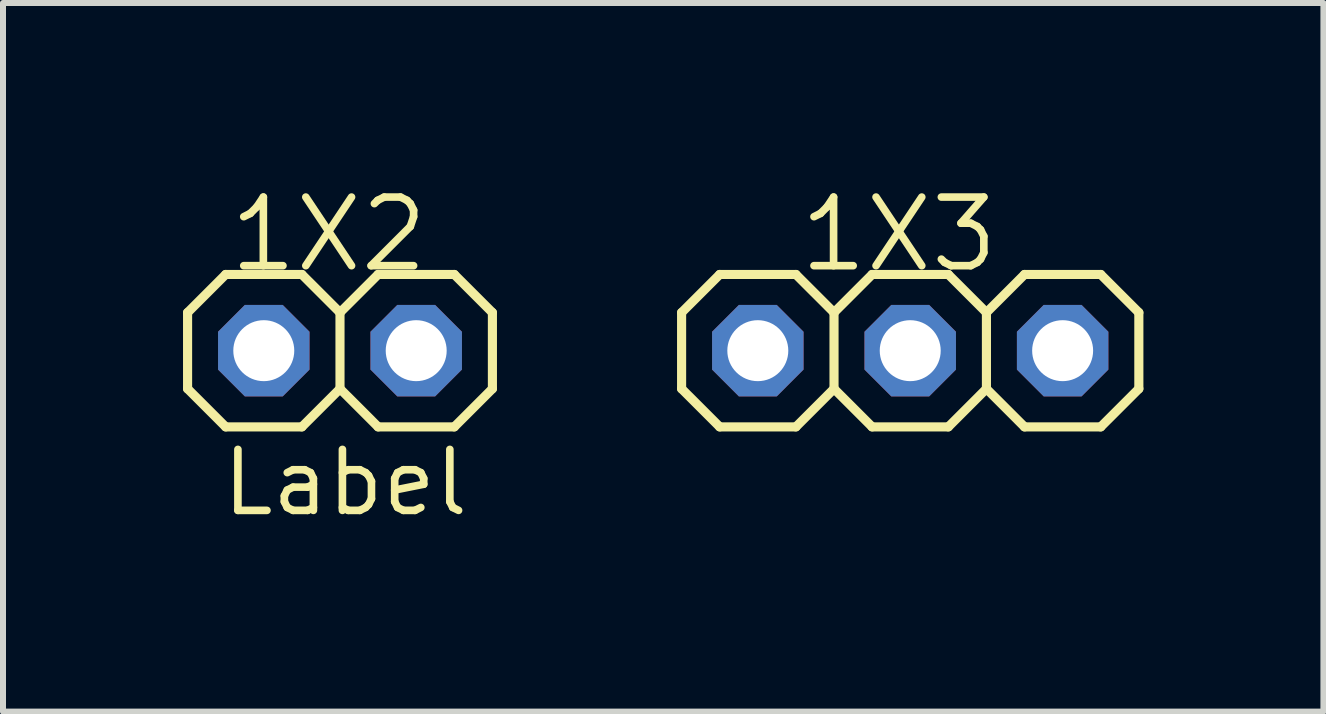
<source format=kicad_pcb>
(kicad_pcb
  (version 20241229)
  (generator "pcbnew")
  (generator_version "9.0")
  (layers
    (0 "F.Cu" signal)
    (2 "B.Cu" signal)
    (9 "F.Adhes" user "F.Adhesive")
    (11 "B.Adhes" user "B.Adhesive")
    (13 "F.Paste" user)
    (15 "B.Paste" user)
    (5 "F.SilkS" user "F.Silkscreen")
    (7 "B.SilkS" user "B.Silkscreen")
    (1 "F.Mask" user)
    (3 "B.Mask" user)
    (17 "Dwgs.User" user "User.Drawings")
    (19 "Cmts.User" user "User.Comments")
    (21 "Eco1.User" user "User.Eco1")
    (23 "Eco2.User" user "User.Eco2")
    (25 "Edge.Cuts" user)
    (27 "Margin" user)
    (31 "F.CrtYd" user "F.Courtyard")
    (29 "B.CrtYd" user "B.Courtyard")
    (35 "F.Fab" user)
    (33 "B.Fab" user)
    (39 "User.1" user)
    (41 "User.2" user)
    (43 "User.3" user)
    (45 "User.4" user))
  (footprint "1X3"
    (layer "F.Cu")
    (at 12.119 2.794)
    (property "Reference" "1X3" (at -1.905 -1.27 0) (layer "F.SilkS") (effects (font (size 1.143 1.143) (thickness 0.127)) (justify left bottom)))
    (attr through_hole)
    (fp_line (start -3.81 -0.635) (end -3.81 0.635) (stroke (width 0.152) (type solid)) (layer "F.SilkS"))
    (fp_line (start -3.81 0.635) (end -3.175 1.27) (stroke (width 0.152) (type solid)) (layer "F.SilkS"))
    (fp_line (start -3.175 -1.27) (end -3.81 -0.635) (stroke (width 0.152) (type solid)) (layer "F.SilkS"))
    (fp_line (start -3.175 -1.27) (end -1.905 -1.27) (stroke (width 0.152) (type solid)) (layer "F.SilkS"))
    (fp_line (start -1.905 -1.27) (end -1.27 -0.635) (stroke (width 0.152) (type solid)) (layer "F.SilkS"))
    (fp_line (start -1.905 1.27) (end -3.175 1.27) (stroke (width 0.152) (type solid)) (layer "F.SilkS"))
    (fp_line (start -1.27 -0.635) (end -1.27 0.635) (stroke (width 0.152) (type solid)) (layer "F.SilkS"))
    (fp_line (start -1.27 -0.635) (end -0.635 -1.27) (stroke (width 0.152) (type solid)) (layer "F.SilkS"))
    (fp_line (start -1.27 0.635) (end -1.905 1.27) (stroke (width 0.152) (type solid)) (layer "F.SilkS"))
    (fp_line (start -0.635 -1.27) (end 0.635 -1.27) (stroke (width 0.152) (type solid)) (layer "F.SilkS"))
    (fp_line (start -0.635 1.27) (end -1.27 0.635) (stroke (width 0.152) (type solid)) (layer "F.SilkS"))
    (fp_line (start 0.635 -1.27) (end 1.27 -0.635) (stroke (width 0.152) (type solid)) (layer "F.SilkS"))
    (fp_line (start 0.635 1.27) (end -0.635 1.27) (stroke (width 0.152) (type solid)) (layer "F.SilkS"))
    (fp_line (start 1.27 -0.635) (end 1.27 0.635) (stroke (width 0.152) (type solid)) (layer "F.SilkS"))
    (fp_line (start 1.27 -0.635) (end 1.905 -1.27) (stroke (width 0.152) (type solid)) (layer "F.SilkS"))
    (fp_line (start 1.27 0.635) (end 0.635 1.27) (stroke (width 0.152) (type solid)) (layer "F.SilkS"))
    (fp_line (start 1.905 -1.27) (end 3.175 -1.27) (stroke (width 0.152) (type solid)) (layer "F.SilkS"))
    (fp_line (start 1.905 1.27) (end 1.27 0.635) (stroke (width 0.152) (type solid)) (layer "F.SilkS"))
    (fp_line (start 3.175 -1.27) (end 3.81 -0.635) (stroke (width 0.152) (type solid)) (layer "F.SilkS"))
    (fp_line (start 3.175 1.27) (end 1.905 1.27) (stroke (width 0.152) (type solid)) (layer "F.SilkS"))
    (fp_line (start 3.81 -0.635) (end 3.81 0.635) (stroke (width 0.152) (type solid)) (layer "F.SilkS"))
    (fp_line (start 3.81 0.635) (end 3.175 1.27) (stroke (width 0.152) (type solid)) (layer "F.SilkS"))
    (fp_poly (pts (xy -2.794 0.254) (xy -2.286 0.254) (xy -2.286 -0.254) (xy -2.794 -0.254)) (stroke (width 0.1) (type default)) (fill no) (layer "F.Fab"))
    (fp_poly (pts (xy -0.254 0.254) (xy 0.254 0.254) (xy 0.254 -0.254) (xy -0.254 -0.254)) (stroke (width 0.1) (type default)) (fill no) (layer "F.Fab"))
    (fp_poly (pts (xy 2.286 0.254) (xy 2.794 0.254) (xy 2.794 -0.254) (xy 2.286 -0.254)) (stroke (width 0.1) (type default)) (fill no) (layer "F.Fab"))
    (pad "1" thru_hole roundrect (at -2.54 0 90) (size 1.524 1.524) (drill 1.016) (layers "*.Cu" "*.Mask") (roundrect_rratio 0.25) (chamfer_ratio 0.293) (chamfer top_left top_right bottom_left bottom_right))
    (pad "2" thru_hole roundrect (at 0 0 90) (size 1.524 1.524) (drill 1.016) (layers "*.Cu" "*.Mask") (roundrect_rratio 0.25) (chamfer_ratio 0.293) (chamfer top_left top_right bottom_left bottom_right))
    (pad "3" thru_hole roundrect (at 2.54 0 90) (size 1.524 1.524) (drill 1.016) (layers "*.Cu" "*.Mask") (roundrect_rratio 0.25) (chamfer_ratio 0.293) (chamfer top_left top_right bottom_left bottom_right)))
  (footprint "1X2"
    (layer "F.Cu")
    (at 3.886 2.794)
    (property "Reference" "1X2" (at -3.175 -1.27 0) (layer "F.SilkS") (effects (font (size 1.143 1.143) (thickness 0.127)) (justify left bottom)))
    (attr through_hole)
    (fp_line (start -3.81 -0.635) (end -3.81 0.635) (stroke (width 0.152) (type solid)) (layer "F.SilkS"))
    (fp_line (start -3.81 0.635) (end -3.175 1.27) (stroke (width 0.152) (type solid)) (layer "F.SilkS"))
    (fp_line (start -3.175 -1.27) (end -3.81 -0.635) (stroke (width 0.152) (type solid)) (layer "F.SilkS"))
    (fp_line (start -3.175 -1.27) (end -1.905 -1.27) (stroke (width 0.152) (type solid)) (layer "F.SilkS"))
    (fp_line (start -1.905 -1.27) (end -1.27 -0.635) (stroke (width 0.152) (type solid)) (layer "F.SilkS"))
    (fp_line (start -1.905 1.27) (end -3.175 1.27) (stroke (width 0.152) (type solid)) (layer "F.SilkS"))
    (fp_line (start -1.27 -0.635) (end -1.27 0.635) (stroke (width 0.152) (type solid)) (layer "F.SilkS"))
    (fp_line (start -1.27 -0.635) (end -0.635 -1.27) (stroke (width 0.152) (type solid)) (layer "F.SilkS"))
    (fp_line (start -1.27 0.635) (end -1.905 1.27) (stroke (width 0.152) (type solid)) (layer "F.SilkS"))
    (fp_line (start -0.635 -1.27) (end 0.635 -1.27) (stroke (width 0.152) (type solid)) (layer "F.SilkS"))
    (fp_line (start -0.635 1.27) (end -1.27 0.635) (stroke (width 0.152) (type solid)) (layer "F.SilkS"))
    (fp_line (start 0.635 -1.27) (end 1.27 -0.635) (stroke (width 0.152) (type solid)) (layer "F.SilkS"))
    (fp_line (start 0.635 1.27) (end -0.635 1.27) (stroke (width 0.152) (type solid)) (layer "F.SilkS"))
    (fp_line (start 1.27 -0.635) (end 1.27 0.635) (stroke (width 0.152) (type solid)) (layer "F.SilkS"))
    (fp_line (start 1.27 0.635) (end 0.635 1.27) (stroke (width 0.152) (type solid)) (layer "F.SilkS"))
    (fp_poly (pts (xy -2.794 0.254) (xy -2.286 0.254) (xy -2.286 -0.254) (xy -2.794 -0.254)) (stroke (width 0.1) (type default)) (fill no) (layer "F.Fab"))
    (fp_poly (pts (xy -0.254 0.254) (xy 0.254 0.254) (xy 0.254 -0.254) (xy -0.254 -0.254)) (stroke (width 0.1) (type default)) (fill no) (layer "F.Fab"))
    (fp_text user "Label" (at -1.181 2.198 0) (layer "F.SilkS") (effects (font (size 1.016 1.016) (thickness 0.127))))
    (pad "1" thru_hole roundrect (at -2.54 0 90) (size 1.524 1.524) (drill 1.016) (layers "*.Cu" "*.Mask") (roundrect_rratio 0.25) (chamfer_ratio 0.293) (chamfer top_left top_right bottom_left bottom_right))
    (pad "2" thru_hole roundrect (at 0 0 90) (size 1.524 1.524) (drill 1.016) (layers "*.Cu" "*.Mask") (roundrect_rratio 0.25) (chamfer_ratio 0.293) (chamfer top_left top_right bottom_left bottom_right)))
  (gr_rect
    (start -3 -3)
    (end 19.005 8.809)
    (stroke (width 0.1) (type default))
    (fill no)
    (layer "Edge.Cuts")))
</source>
